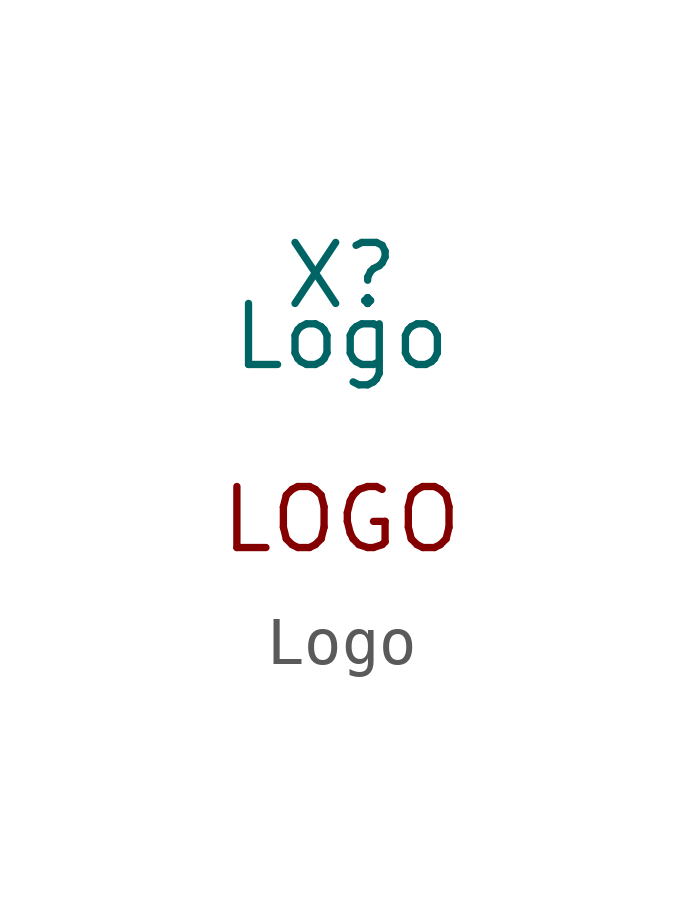
<source format=kicad_sym>
(kicad_symbol_lib
  (version 20211014)
  (generator kicad_symbol_editor)
  (symbol "Logo"
    (property "Reference" "X"
      (at 0 5.08 0)
      (effects (font (size 1.27 1.27))))
    (property "Value" "Logo"
      (at 0 3.81 0)
      (effects (font (size 1.27 1.27))))
    (symbol "Logo_0_0"
      (text "LOGO" (at 0 0 0) (effects (font (size 1.27 1.27)))))))
</source>
